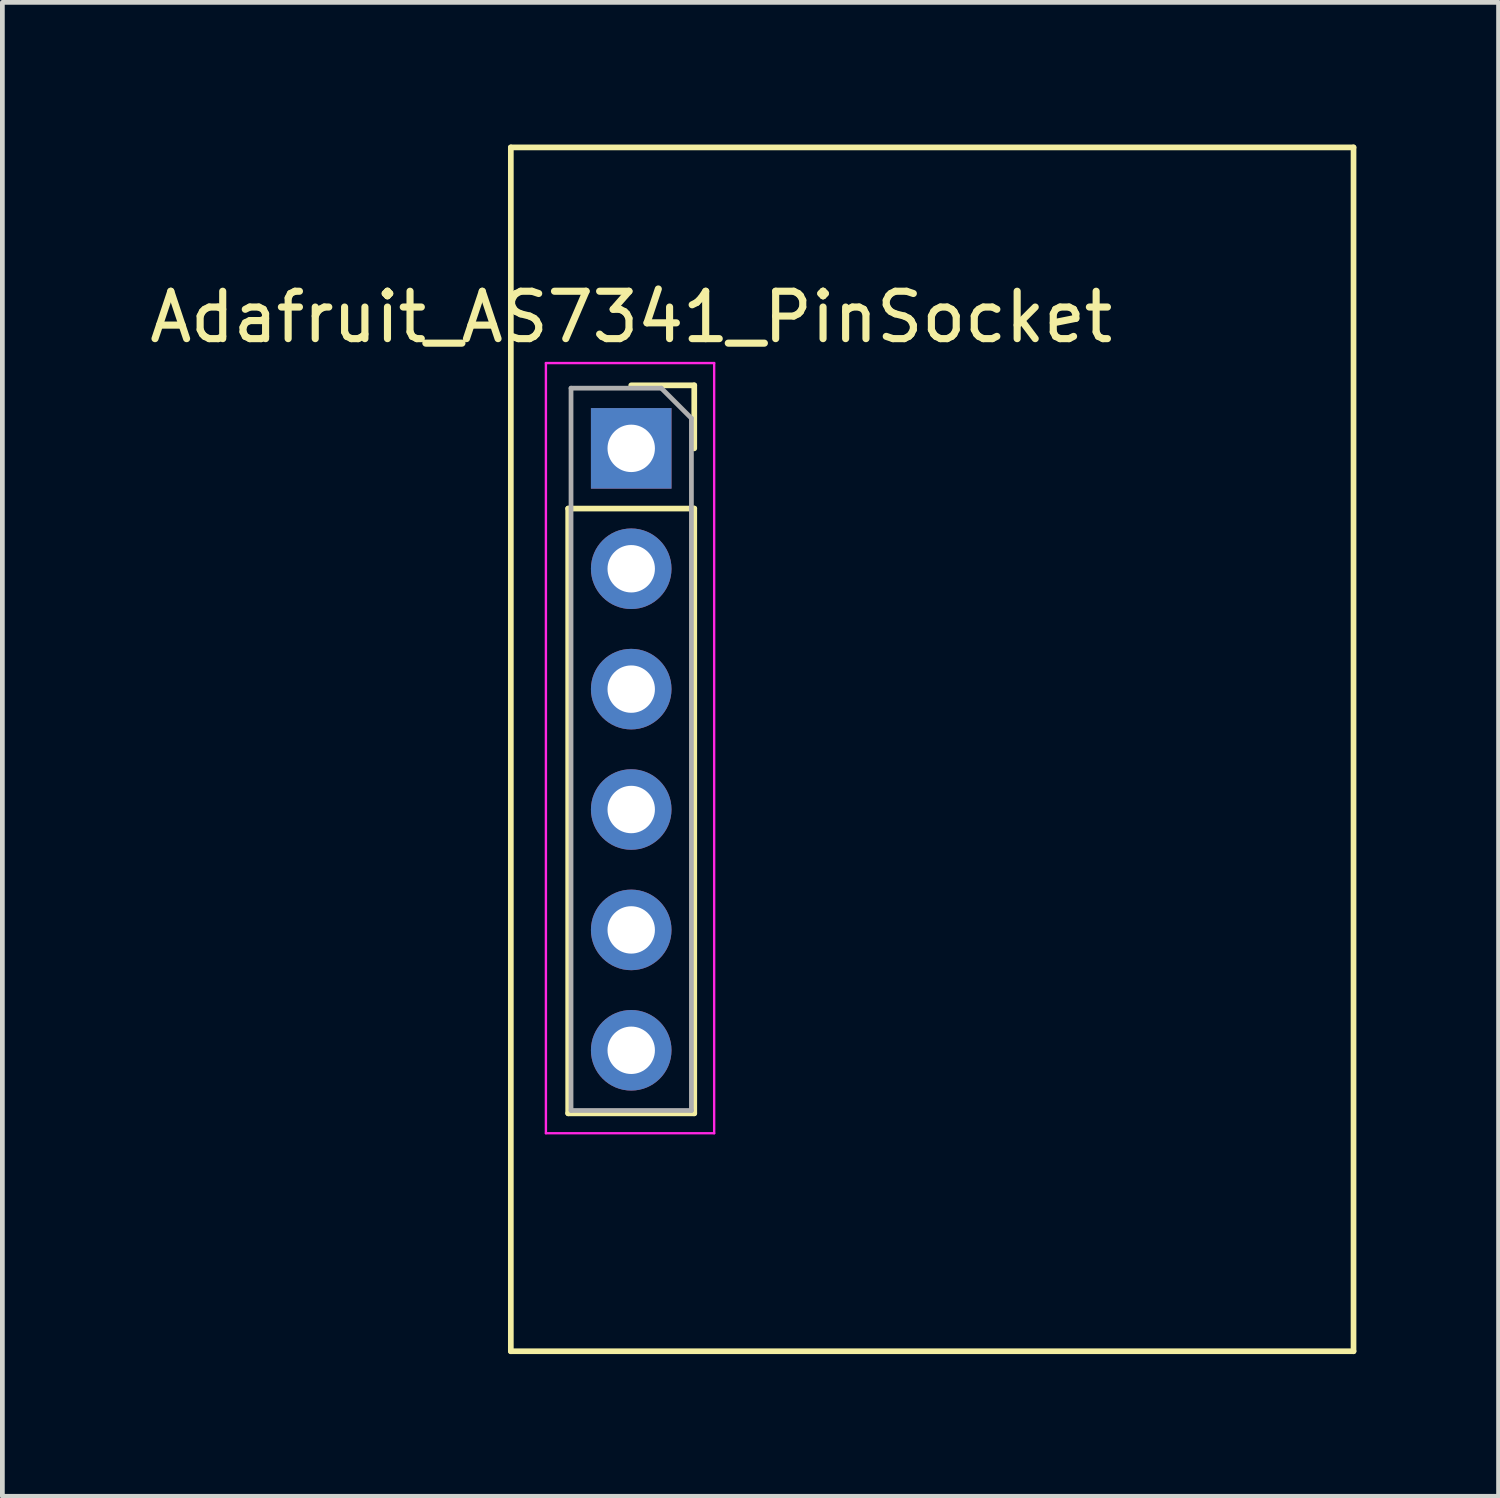
<source format=kicad_pcb>
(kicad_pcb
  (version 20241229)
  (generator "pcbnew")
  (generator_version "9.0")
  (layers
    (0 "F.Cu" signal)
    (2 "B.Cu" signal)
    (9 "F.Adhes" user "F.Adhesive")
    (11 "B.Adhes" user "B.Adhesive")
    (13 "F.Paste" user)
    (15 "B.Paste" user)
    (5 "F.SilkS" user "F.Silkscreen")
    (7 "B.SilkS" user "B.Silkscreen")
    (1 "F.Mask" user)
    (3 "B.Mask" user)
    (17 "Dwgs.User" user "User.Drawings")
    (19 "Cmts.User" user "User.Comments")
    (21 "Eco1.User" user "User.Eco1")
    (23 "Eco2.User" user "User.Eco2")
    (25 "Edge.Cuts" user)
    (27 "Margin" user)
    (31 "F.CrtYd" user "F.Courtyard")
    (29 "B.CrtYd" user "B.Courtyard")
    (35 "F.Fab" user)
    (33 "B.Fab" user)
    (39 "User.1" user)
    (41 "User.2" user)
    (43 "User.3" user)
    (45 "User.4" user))
  (footprint "Adafruit_AS7341_PinSocket"
    (layer "F.Cu")
    (at 7.728 12.76)
    (property "Reference" "Adafruit_AS7341_PinSocket" (at 2.54 -9.12 0) (layer "F.SilkS") (effects (font (size 1 1) (thickness 0.15))))
    (attr through_hole)
    (fp_line (start 0 -12.7) (end 0 12.7) (stroke (width 0.12) (type solid)) (layer "F.SilkS"))
    (fp_line (start 0 12.7) (end 17.78 12.7) (stroke (width 0.12) (type solid)) (layer "F.SilkS"))
    (fp_line (start 1.21 -5.08) (end 1.21 7.68) (stroke (width 0.12) (type solid)) (layer "F.SilkS"))
    (fp_line (start 1.21 -5.08) (end 3.87 -5.08) (stroke (width 0.12) (type solid)) (layer "F.SilkS"))
    (fp_line (start 1.21 7.68) (end 3.87 7.68) (stroke (width 0.12) (type solid)) (layer "F.SilkS"))
    (fp_line (start 2.54 -7.68) (end 3.87 -7.68) (stroke (width 0.12) (type solid)) (layer "F.SilkS"))
    (fp_line (start 3.87 -7.68) (end 3.87 -6.35) (stroke (width 0.12) (type solid)) (layer "F.SilkS"))
    (fp_line (start 3.87 -5.08) (end 3.87 7.68) (stroke (width 0.12) (type solid)) (layer "F.SilkS"))
    (fp_line (start 17.78 -12.7) (end 0 -12.7) (stroke (width 0.12) (type solid)) (layer "F.SilkS"))
    (fp_line (start 17.78 12.7) (end 17.78 -12.7) (stroke (width 0.12) (type solid)) (layer "F.SilkS"))
    (fp_line (start 0.74 -8.15) (end 4.29 -8.15) (stroke (width 0.05) (type solid)) (layer "F.CrtYd"))
    (fp_line (start 0.74 8.1) (end 0.74 -8.15) (stroke (width 0.05) (type solid)) (layer "F.CrtYd"))
    (fp_line (start 4.29 -8.15) (end 4.29 8.1) (stroke (width 0.05) (type solid)) (layer "F.CrtYd"))
    (fp_line (start 4.29 8.1) (end 0.74 8.1) (stroke (width 0.05) (type solid)) (layer "F.CrtYd"))
    (fp_line (start 1.27 -7.62) (end 3.175 -7.62) (stroke (width 0.1) (type solid)) (layer "F.Fab"))
    (fp_line (start 1.27 7.62) (end 1.27 -7.62) (stroke (width 0.1) (type solid)) (layer "F.Fab"))
    (fp_line (start 3.175 -7.62) (end 3.81 -6.985) (stroke (width 0.1) (type solid)) (layer "F.Fab"))
    (fp_line (start 3.81 -6.985) (end 3.81 7.62) (stroke (width 0.1) (type solid)) (layer "F.Fab"))
    (fp_line (start 3.81 7.62) (end 1.27 7.62) (stroke (width 0.1) (type solid)) (layer "F.Fab"))
    (pad "1" thru_hole rect (at 2.54 -6.35) (size 1.7 1.7) (drill 1) (layers "*.Cu" "*.Mask"))
    (pad "2" thru_hole oval (at 2.54 -3.81) (size 1.7 1.7) (drill 1) (layers "*.Cu" "*.Mask"))
    (pad "3" thru_hole oval (at 2.54 -1.27) (size 1.7 1.7) (drill 1) (layers "*.Cu" "*.Mask"))
    (pad "4" thru_hole oval (at 2.54 1.27) (size 1.7 1.7) (drill 1) (layers "*.Cu" "*.Mask"))
    (pad "5" thru_hole oval (at 2.54 3.81) (size 1.7 1.7) (drill 1) (layers "*.Cu" "*.Mask"))
    (pad "6" thru_hole oval (at 2.54 6.35) (size 1.7 1.7) (drill 1) (layers "*.Cu" "*.Mask")))
  (gr_rect
    (start -3 -3)
    (end 28.568 28.52)
    (stroke (width 0.1) (type default))
    (fill no)
    (layer "Edge.Cuts")))
</source>
